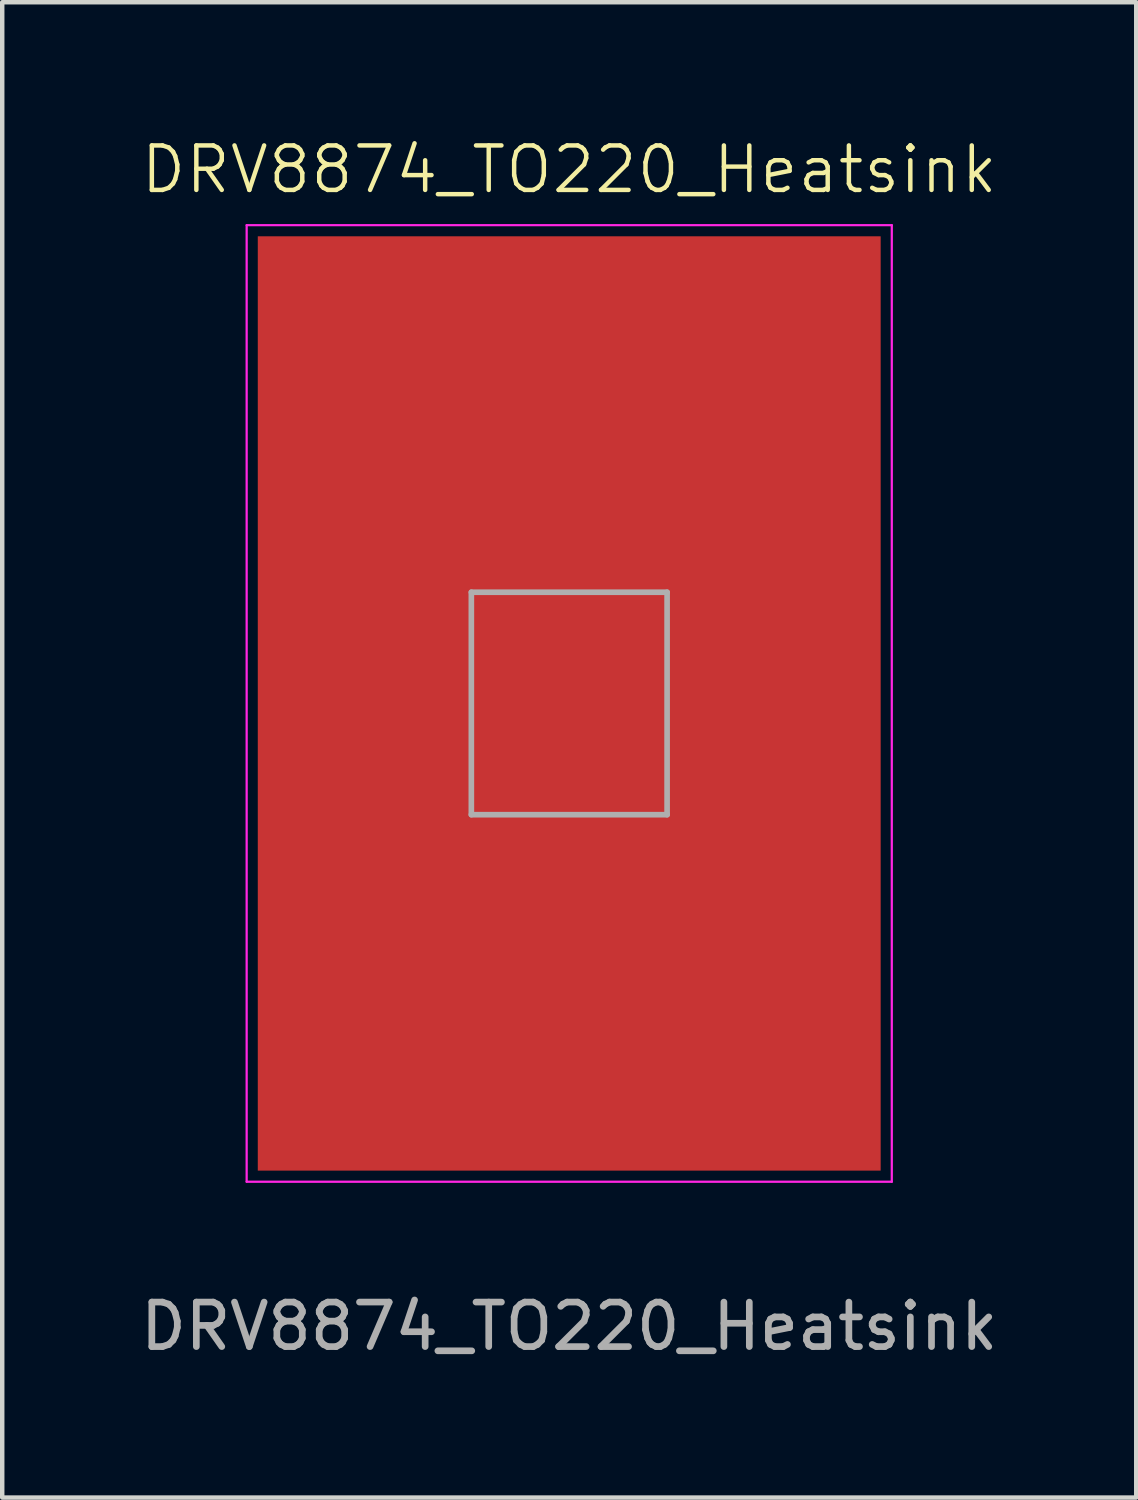
<source format=kicad_pcb>
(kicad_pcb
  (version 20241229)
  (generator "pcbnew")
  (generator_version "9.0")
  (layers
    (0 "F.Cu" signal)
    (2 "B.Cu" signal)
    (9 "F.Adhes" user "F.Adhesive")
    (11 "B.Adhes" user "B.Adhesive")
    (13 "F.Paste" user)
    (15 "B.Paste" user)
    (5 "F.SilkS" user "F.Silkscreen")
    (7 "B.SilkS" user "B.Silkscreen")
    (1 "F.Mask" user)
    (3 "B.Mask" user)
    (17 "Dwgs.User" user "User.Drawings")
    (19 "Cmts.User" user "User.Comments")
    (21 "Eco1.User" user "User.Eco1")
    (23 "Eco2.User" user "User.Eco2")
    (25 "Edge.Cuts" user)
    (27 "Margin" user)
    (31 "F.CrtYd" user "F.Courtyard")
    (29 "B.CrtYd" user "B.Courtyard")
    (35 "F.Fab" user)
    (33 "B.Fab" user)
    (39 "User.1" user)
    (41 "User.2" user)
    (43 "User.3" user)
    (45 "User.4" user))
  (footprint "DRV8874_TO220_Heatsink"
    (layer "F.Cu")
    (at 9.744 12.761)
    (property "Reference" "DRV8874_TO220_Heatsink" (at 0 -12 0) (unlocked yes) (layer "F.SilkS") (effects (font (size 1 1) (thickness 0.1))))
    (attr smd)
    (fp_poly (pts (xy -0.8 -1.075) (xy 0.8 -1.075) (xy 0.8 1.075) (xy -0.8 1.075)) (stroke (width 0.01) (type solid)) (fill yes) (layer "F.Paste"))
    (fp_line (start -7.25 -10.75) (end 7.25 -10.75) (stroke (width 0.05) (type default)) (layer "F.CrtYd"))
    (fp_line (start -7.25 10.75) (end -7.25 -10.75) (stroke (width 0.05) (type default)) (layer "F.CrtYd"))
    (fp_line (start 7.25 -10.75) (end 7.25 10.75) (stroke (width 0.05) (type default)) (layer "F.CrtYd"))
    (fp_line (start 7.25 10.75) (end -7.25 10.75) (stroke (width 0.05) (type default)) (layer "F.CrtYd"))
    (fp_line (start -2.2 -2.5) (end -2.2 2.5) (stroke (width 0.127) (type solid)) (layer "F.Fab"))
    (fp_line (start -2.2 -2.5) (end 2.2 -2.5) (stroke (width 0.127) (type solid)) (layer "F.Fab"))
    (fp_line (start -2.2 2.5) (end 2.2 2.5) (stroke (width 0.127) (type solid)) (layer "F.Fab"))
    (fp_line (start 2.2 -2.5) (end 2.2 2.5) (stroke (width 0.127) (type solid)) (layer "F.Fab"))
    (fp_text user "${REFERENCE}" (at 0 14 0) (unlocked yes) (layer "F.Fab") (effects (font (size 1 1) (thickness 0.15))))
    (pad "GND" smd rect (at 0 0) (size 14 21) (layers "F.Cu" "F.Mask")))
  (gr_rect
    (start -3 -3)
    (end 22.488 30.609)
    (stroke (width 0.1) (type default))
    (fill no)
    (layer "Edge.Cuts")))
</source>
